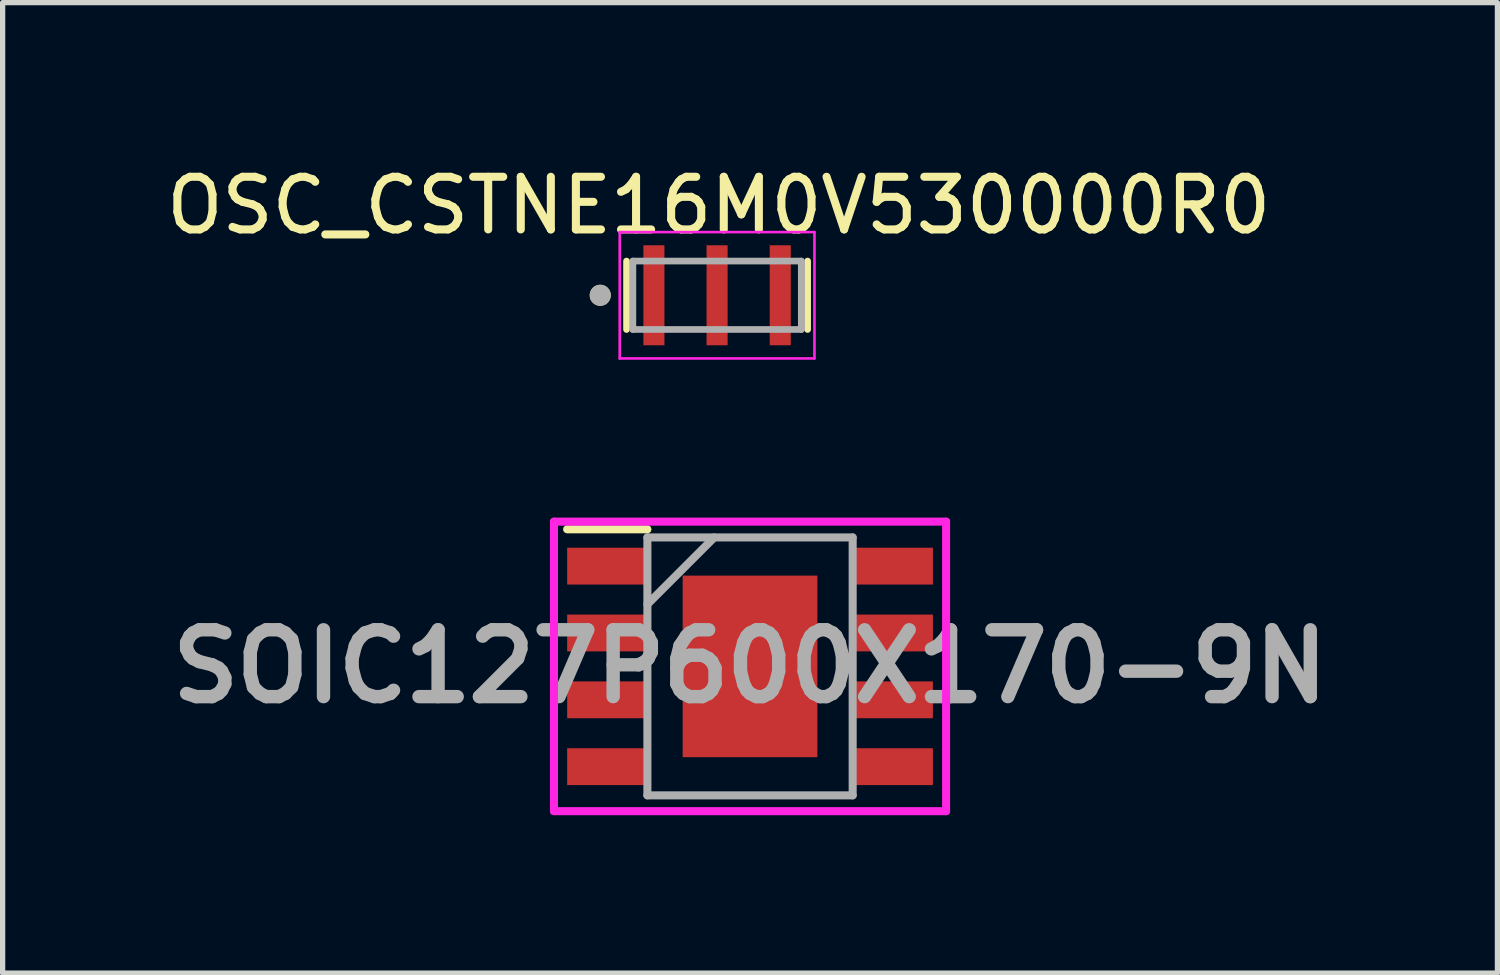
<source format=kicad_pcb>
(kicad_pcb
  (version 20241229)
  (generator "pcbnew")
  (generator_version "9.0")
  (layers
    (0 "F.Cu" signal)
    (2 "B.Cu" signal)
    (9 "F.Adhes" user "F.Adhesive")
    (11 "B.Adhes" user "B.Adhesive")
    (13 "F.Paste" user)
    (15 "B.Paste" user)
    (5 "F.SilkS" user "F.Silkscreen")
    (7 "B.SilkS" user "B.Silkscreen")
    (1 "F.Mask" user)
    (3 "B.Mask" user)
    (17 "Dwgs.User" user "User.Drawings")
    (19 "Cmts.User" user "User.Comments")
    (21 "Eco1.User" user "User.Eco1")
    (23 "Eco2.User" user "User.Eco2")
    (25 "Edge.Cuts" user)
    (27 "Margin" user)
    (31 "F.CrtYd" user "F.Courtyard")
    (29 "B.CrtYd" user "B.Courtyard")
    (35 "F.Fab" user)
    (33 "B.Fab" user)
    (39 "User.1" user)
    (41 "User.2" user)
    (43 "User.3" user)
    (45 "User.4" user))
  (footprint "OSC_CSTNE16M0V530000R0"
    (layer "F.Cu")
    (at 10.574 2.56)
    (property "Reference" "OSC_CSTNE16M0V530000R0" (at 0.032 -1.706 0) (layer "F.SilkS") (effects (font (size 1 1) (thickness 0.153))))
    (attr smd)
    (fp_line (start -1.72 -0.65) (end -1.72 0.65) (stroke (width 0.127) (type solid)) (layer "F.SilkS"))
    (fp_line (start 1.72 -0.65) (end 1.72 0.65) (stroke (width 0.127) (type solid)) (layer "F.SilkS"))
    (fp_circle (center -2.22 0) (end -2.12 0) (stroke (width 0.2) (type solid)) (fill no) (layer "F.SilkS"))
    (fp_line (start -1.85 -1.2) (end 1.85 -1.2) (stroke (width 0.05) (type solid)) (layer "F.CrtYd"))
    (fp_line (start -1.85 1.2) (end -1.85 -1.2) (stroke (width 0.05) (type solid)) (layer "F.CrtYd"))
    (fp_line (start 1.85 -1.2) (end 1.85 1.2) (stroke (width 0.05) (type solid)) (layer "F.CrtYd"))
    (fp_line (start 1.85 1.2) (end -1.85 1.2) (stroke (width 0.05) (type solid)) (layer "F.CrtYd"))
    (fp_line (start -1.6 -0.65) (end -1.6 0.65) (stroke (width 0.127) (type solid)) (layer "F.Fab"))
    (fp_line (start -1.6 -0.65) (end 1.6 -0.65) (stroke (width 0.127) (type solid)) (layer "F.Fab"))
    (fp_line (start 1.6 -0.65) (end 1.6 0.65) (stroke (width 0.127) (type solid)) (layer "F.Fab"))
    (fp_line (start 1.6 0.65) (end -1.6 0.65) (stroke (width 0.127) (type solid)) (layer "F.Fab"))
    (fp_circle (center -2.22 0) (end -2.12 0) (stroke (width 0.2) (type solid)) (fill no) (layer "F.Fab"))
    (pad "1" smd rect (at -1.2 0) (size 0.4 1.9) (layers "F.Cu" "F.Mask" "F.Paste"))
    (pad "2" smd rect (at 0 0) (size 0.4 1.9) (layers "F.Cu" "F.Mask" "F.Paste"))
    (pad "3" smd rect (at 1.2 0) (size 0.4 1.9) (layers "F.Cu" "F.Mask" "F.Paste")))
  (footprint "SOIC127P600X170-9N"
    (layer "F.Cu")
    (at 11.2 9.611)
    (property "Reference" "SOIC127P600X170-9N" (at 0 0 0) (layer "F.SilkS") (effects (font (size 1.27 1.27) (thickness 0.153))))
    (attr smd)
    (fp_line (start -3.475 -2.605) (end -1.95 -2.605) (stroke (width 0.153) (type solid)) (layer "F.SilkS"))
    (fp_line (start -3.725 -2.75) (end 3.725 -2.75) (stroke (width 0.153) (type solid)) (layer "F.CrtYd"))
    (fp_line (start -3.725 2.75) (end -3.725 -2.75) (stroke (width 0.153) (type solid)) (layer "F.CrtYd"))
    (fp_line (start 3.725 -2.75) (end 3.725 2.75) (stroke (width 0.153) (type solid)) (layer "F.CrtYd"))
    (fp_line (start 3.725 2.75) (end -3.725 2.75) (stroke (width 0.153) (type solid)) (layer "F.CrtYd"))
    (fp_line (start -1.95 -2.45) (end 1.95 -2.45) (stroke (width 0.153) (type solid)) (layer "F.Fab"))
    (fp_line (start -1.95 -1.18) (end -0.68 -2.45) (stroke (width 0.153) (type solid)) (layer "F.Fab"))
    (fp_line (start -1.95 2.45) (end -1.95 -2.45) (stroke (width 0.153) (type solid)) (layer "F.Fab"))
    (fp_line (start 1.95 -2.45) (end 1.95 2.45) (stroke (width 0.153) (type solid)) (layer "F.Fab"))
    (fp_line (start 1.95 2.45) (end -1.95 2.45) (stroke (width 0.153) (type solid)) (layer "F.Fab"))
    (fp_text user "${REFERENCE}" (at 0 0 0) (layer "F.Fab") (effects (font (size 1.27 1.27) (thickness 0.254))))
    (pad "1" smd rect (at -2.712 -1.905 90) (size 0.7 1.525) (layers "F.Cu" "F.Mask" "F.Paste"))
    (pad "2" smd rect (at -2.712 -0.635 90) (size 0.7 1.525) (layers "F.Cu" "F.Mask" "F.Paste"))
    (pad "3" smd rect (at -2.712 0.635 90) (size 0.7 1.525) (layers "F.Cu" "F.Mask" "F.Paste"))
    (pad "4" smd rect (at -2.712 1.905 90) (size 0.7 1.525) (layers "F.Cu" "F.Mask" "F.Paste"))
    (pad "5" smd rect (at 2.712 1.905 90) (size 0.7 1.525) (layers "F.Cu" "F.Mask" "F.Paste"))
    (pad "6" smd rect (at 2.712 0.635 90) (size 0.7 1.525) (layers "F.Cu" "F.Mask" "F.Paste"))
    (pad "7" smd rect (at 2.712 -0.635 90) (size 0.7 1.525) (layers "F.Cu" "F.Mask" "F.Paste"))
    (pad "8" smd rect (at 2.712 -1.905 90) (size 0.7 1.525) (layers "F.Cu" "F.Mask" "F.Paste"))
    (pad "9" smd rect (at 0 0) (size 2.56 3.45) (layers "F.Cu" "F.Mask" "F.Paste")))
  (gr_rect
    (start -3 -3)
    (end 25.4 15.438)
    (stroke (width 0.1) (type default))
    (fill no)
    (layer "Edge.Cuts")))
</source>
